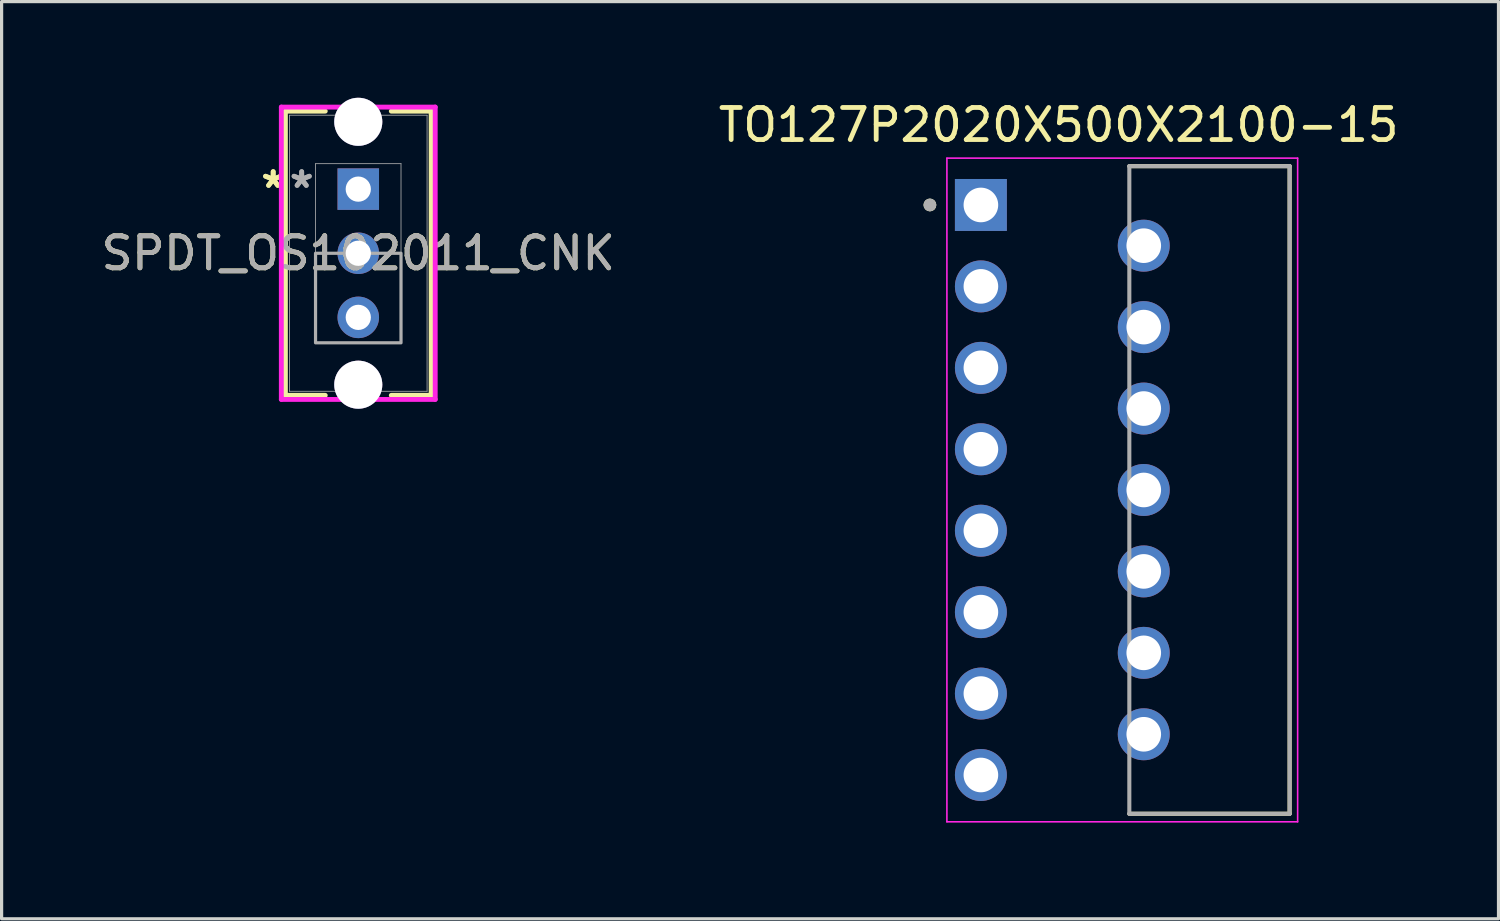
<source format=kicad_pcb>
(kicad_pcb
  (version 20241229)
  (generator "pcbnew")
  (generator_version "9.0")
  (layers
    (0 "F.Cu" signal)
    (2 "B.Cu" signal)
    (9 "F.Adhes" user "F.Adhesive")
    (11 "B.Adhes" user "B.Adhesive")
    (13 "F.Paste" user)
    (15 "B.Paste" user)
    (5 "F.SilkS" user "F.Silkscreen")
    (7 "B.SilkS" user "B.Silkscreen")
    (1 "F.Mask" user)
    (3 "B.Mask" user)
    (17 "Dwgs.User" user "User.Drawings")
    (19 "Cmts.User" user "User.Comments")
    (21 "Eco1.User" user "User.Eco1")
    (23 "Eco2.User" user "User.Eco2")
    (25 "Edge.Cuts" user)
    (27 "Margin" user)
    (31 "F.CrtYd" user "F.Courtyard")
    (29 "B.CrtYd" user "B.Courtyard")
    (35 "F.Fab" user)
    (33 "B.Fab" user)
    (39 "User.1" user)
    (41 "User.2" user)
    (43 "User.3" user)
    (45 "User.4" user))
  (footprint "SPDT_OS102011_CNK"
    (layer "F.Cu")
    (at 8.125 2.849)
    (property "Reference" "SPDT_OS102011_CNK" (at 0 2 0) (unlocked yes) (layer "F.SilkS") (effects (font (size 1 1) (thickness 0.15))))
    (attr through_hole)
    (fp_line (start -2.273 -2.432) (end -2.273 6.432) (stroke (width 0.152) (type solid)) (layer "F.SilkS"))
    (fp_line (start -2.273 6.432) (end -1.03 6.432) (stroke (width 0.152) (type solid)) (layer "F.SilkS"))
    (fp_line (start -1.03 -2.432) (end -2.273 -2.432) (stroke (width 0.152) (type solid)) (layer "F.SilkS"))
    (fp_line (start 1.03 6.432) (end 2.273 6.432) (stroke (width 0.152) (type solid)) (layer "F.SilkS"))
    (fp_line (start 2.273 -2.432) (end 1.03 -2.432) (stroke (width 0.152) (type solid)) (layer "F.SilkS"))
    (fp_line (start 2.273 6.432) (end 2.273 -2.432) (stroke (width 0.152) (type solid)) (layer "F.SilkS"))
    (fp_line (start -2.4 -2.559) (end -2.4 6.559) (stroke (width 0.152) (type solid)) (layer "F.CrtYd"))
    (fp_line (start -2.4 6.559) (end 2.4 6.559) (stroke (width 0.152) (type solid)) (layer "F.CrtYd"))
    (fp_line (start 2.4 -2.559) (end -2.4 -2.559) (stroke (width 0.152) (type solid)) (layer "F.CrtYd"))
    (fp_line (start 2.4 6.559) (end 2.4 -2.559) (stroke (width 0.152) (type solid)) (layer "F.CrtYd"))
    (fp_line (start -2.146 -2.305) (end -2.146 6.305) (stroke (width 0.025) (type solid)) (layer "F.Fab"))
    (fp_line (start -2.146 6.305) (end 2.146 6.305) (stroke (width 0.025) (type solid)) (layer "F.Fab"))
    (fp_line (start -1.333 -0.794) (end 1.333 -0.794) (stroke (width 0.025) (type solid)) (layer "F.Fab"))
    (fp_line (start -1.333 4.794) (end -1.333 -0.794) (stroke (width 0.025) (type solid)) (layer "F.Fab"))
    (fp_line (start 1.333 -0.794) (end 1.333 4.794) (stroke (width 0.025) (type solid)) (layer "F.Fab"))
    (fp_line (start 1.333 4.794) (end -1.333 4.794) (stroke (width 0.025) (type solid)) (layer "F.Fab"))
    (fp_line (start 2.146 -2.305) (end -2.146 -2.305) (stroke (width 0.025) (type solid)) (layer "F.Fab"))
    (fp_line (start 2.146 6.305) (end 2.146 -2.305) (stroke (width 0.025) (type solid)) (layer "F.Fab"))
    (fp_poly (pts (xy -1.333 4.794) (xy -1.333 2) (xy 1.333 2) (xy 1.333 4.794)) (stroke (width 0.1) (type solid)) (fill no) (layer "F.Fab"))
    (fp_text user "*" (at -2.654 0 0) (unlocked yes) (layer "F.SilkS") (effects (font (size 1 1) (thickness 0.15))))
    (fp_text user "*" (at -2.654 0 0) (layer "F.SilkS") (effects (font (size 1 1) (thickness 0.15))))
    (fp_text user "${REFERENCE}" (at 0 2 0) (unlocked yes) (layer "F.Fab") (effects (font (size 1 1) (thickness 0.15))))
    (fp_text user "*" (at -1.765 0 0) (layer "F.Fab") (effects (font (size 1 1) (thickness 0.15))))
    (fp_text user "*" (at -1.765 0 0) (unlocked yes) (layer "F.Fab") (effects (font (size 1 1) (thickness 0.15))))
    (pad "1" thru_hole rect (at 0 0) (size 1.295 1.295) (drill 0.787) (layers "*.Cu" "*.Mask"))
    (pad "2" thru_hole circle (at 0 2) (size 1.295 1.295) (drill 0.787) (layers "*.Cu" "*.Mask"))
    (pad "3" thru_hole circle (at 0 4) (size 1.295 1.295) (drill 0.787) (layers "*.Cu" "*.Mask"))
    (pad "4" thru_hole circle (at 0 -2.1 90) (size 1.499 1.499) (drill 1.499) (layers "*.Cu" "*.Mask"))
    (pad "5" thru_hole circle (at 0 6.1 90) (size 1.499 1.499) (drill 1.499) (layers "*.Cu" "*.Mask")))
  (footprint "TO127P2020X500X2100-15"
    (layer "F.Cu")
    (at 27.545 3.343)
    (property "Reference" "TO127P2020X500X2100-15" (at 2.425 -2.495 0) (layer "F.SilkS") (effects (font (size 1 1) (thickness 0.15))))
    (attr through_hole)
    (fp_line (start 4.63 18.99) (end 9.63 18.99) (stroke (width 0.127) (type solid)) (layer "F.SilkS"))
    (fp_line (start 9.63 -1.21) (end 4.63 -1.21) (stroke (width 0.127) (type solid)) (layer "F.SilkS"))
    (fp_line (start 9.63 18.99) (end 9.63 -1.21) (stroke (width 0.127) (type solid)) (layer "F.SilkS"))
    (fp_circle (center -1.59 0) (end -1.49 0) (stroke (width 0.2) (type solid)) (fill no) (layer "F.SilkS"))
    (fp_line (start -1.06 -1.46) (end -1.06 19.24) (stroke (width 0.05) (type solid)) (layer "F.CrtYd"))
    (fp_line (start -1.06 19.24) (end 9.88 19.24) (stroke (width 0.05) (type solid)) (layer "F.CrtYd"))
    (fp_line (start 9.88 -1.46) (end -1.06 -1.46) (stroke (width 0.05) (type solid)) (layer "F.CrtYd"))
    (fp_line (start 9.88 19.24) (end 9.88 -1.46) (stroke (width 0.05) (type solid)) (layer "F.CrtYd"))
    (fp_line (start 4.63 -1.21) (end 4.63 18.99) (stroke (width 0.127) (type solid)) (layer "F.Fab"))
    (fp_line (start 4.63 18.99) (end 9.63 18.99) (stroke (width 0.127) (type solid)) (layer "F.Fab"))
    (fp_line (start 9.63 -1.21) (end 4.63 -1.21) (stroke (width 0.127) (type solid)) (layer "F.Fab"))
    (fp_line (start 9.63 18.99) (end 9.63 -1.21) (stroke (width 0.127) (type solid)) (layer "F.Fab"))
    (fp_circle (center -1.59 0) (end -1.49 0) (stroke (width 0.2) (type solid)) (fill no) (layer "F.Fab"))
    (pad "1" thru_hole rect (at 0 0) (size 1.62 1.62) (drill 1.08) (layers "*.Cu" "*.Mask"))
    (pad "2" thru_hole circle (at 5.08 1.27) (size 1.62 1.62) (drill 1.08) (layers "*.Cu" "*.Mask"))
    (pad "3" thru_hole circle (at 0 2.54) (size 1.62 1.62) (drill 1.08) (layers "*.Cu" "*.Mask"))
    (pad "4" thru_hole circle (at 5.08 3.81) (size 1.62 1.62) (drill 1.08) (layers "*.Cu" "*.Mask"))
    (pad "5" thru_hole circle (at 0 5.08) (size 1.62 1.62) (drill 1.08) (layers "*.Cu" "*.Mask"))
    (pad "6" thru_hole circle (at 5.08 6.35) (size 1.62 1.62) (drill 1.08) (layers "*.Cu" "*.Mask"))
    (pad "7" thru_hole circle (at 0 7.62) (size 1.62 1.62) (drill 1.08) (layers "*.Cu" "*.Mask"))
    (pad "8" thru_hole circle (at 5.08 8.89) (size 1.62 1.62) (drill 1.08) (layers "*.Cu" "*.Mask"))
    (pad "9" thru_hole circle (at 0 10.16) (size 1.62 1.62) (drill 1.08) (layers "*.Cu" "*.Mask"))
    (pad "10" thru_hole circle (at 5.08 11.43) (size 1.62 1.62) (drill 1.08) (layers "*.Cu" "*.Mask"))
    (pad "11" thru_hole circle (at 0 12.7) (size 1.62 1.62) (drill 1.08) (layers "*.Cu" "*.Mask"))
    (pad "12" thru_hole circle (at 5.08 13.97) (size 1.62 1.62) (drill 1.08) (layers "*.Cu" "*.Mask"))
    (pad "13" thru_hole circle (at 0 15.24) (size 1.62 1.62) (drill 1.08) (layers "*.Cu" "*.Mask"))
    (pad "14" thru_hole circle (at 5.08 16.51) (size 1.62 1.62) (drill 1.08) (layers "*.Cu" "*.Mask"))
    (pad "15" thru_hole circle (at 0 17.78) (size 1.62 1.62) (drill 1.08) (layers "*.Cu" "*.Mask")))
  (gr_rect
    (start -3 -3)
    (end 43.69 25.608)
    (stroke (width 0.1) (type default))
    (fill no)
    (layer "Edge.Cuts")))
</source>
